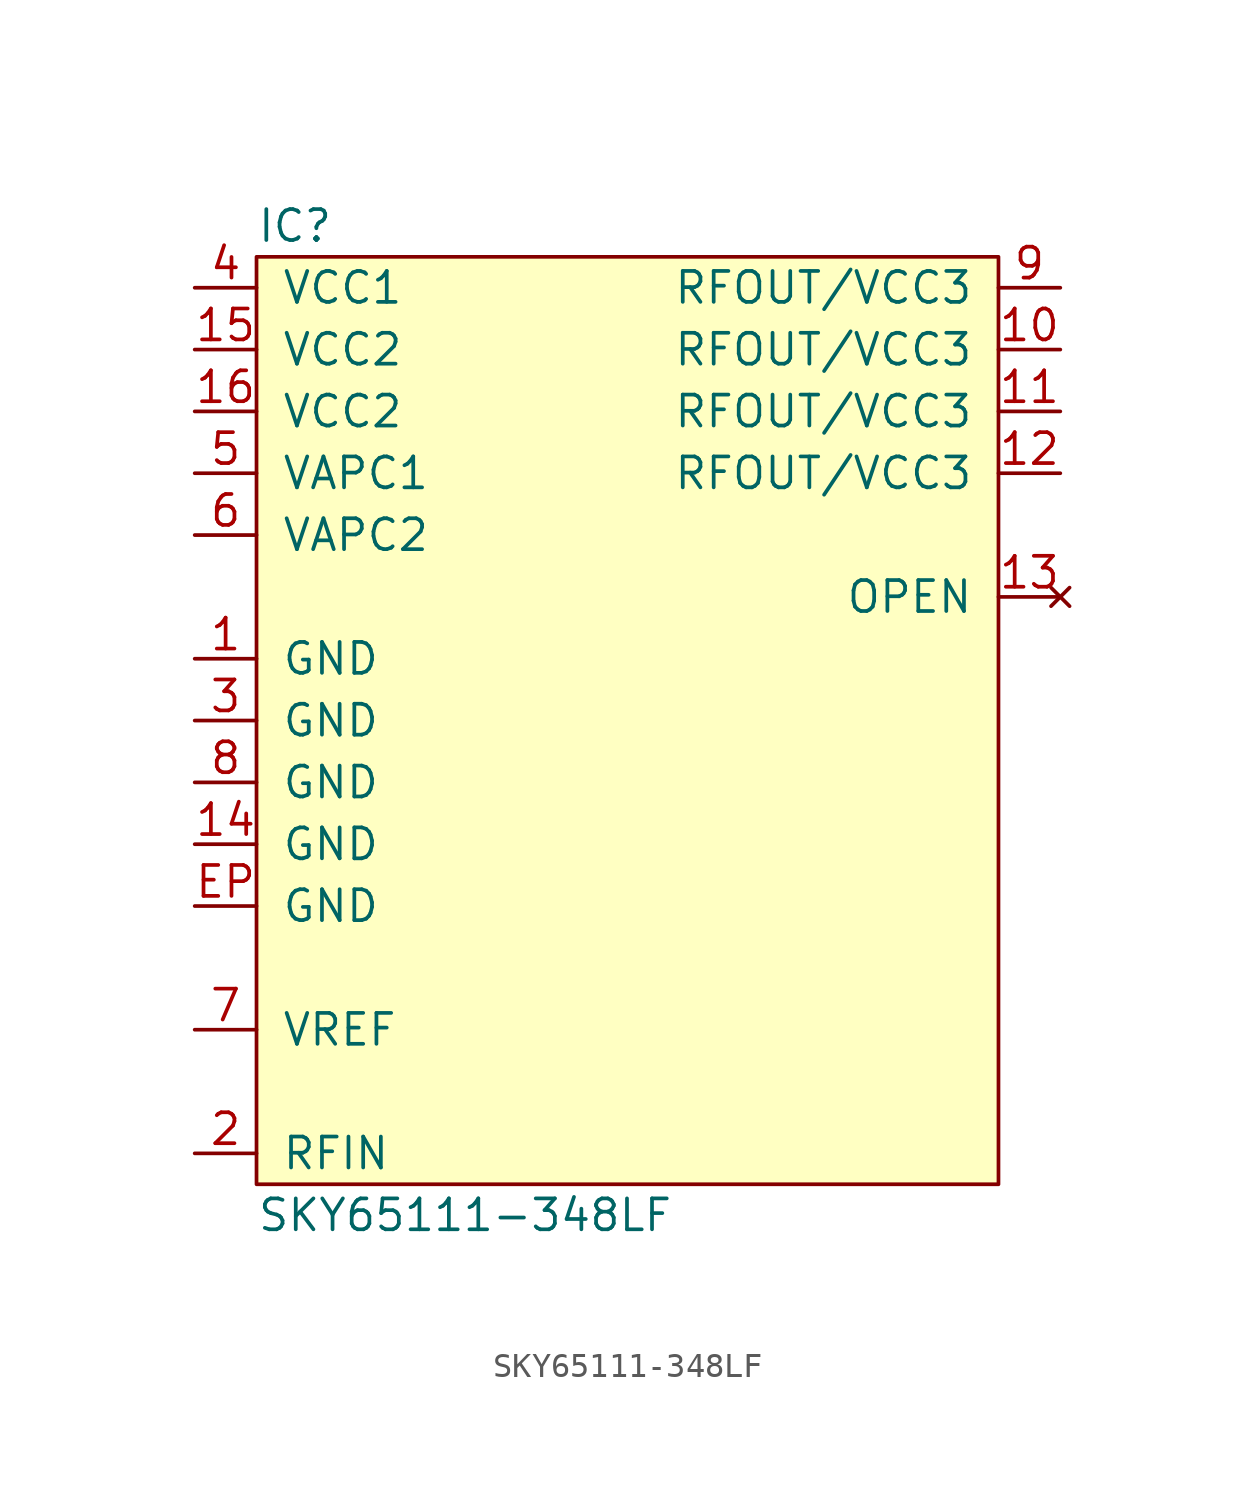
<source format=kicad_sym>
(kicad_symbol_lib
  (version 20211014)
  (generator agg_kicad.build_lib_ic)
  (symbol "SKY65111-348LF"
    (pin_names
      (offset 1.016))
    (property Reference IC
      (at -15.24 20.32 0)
      (effects (font (size 1.27 1.27)) (justify left)))
    (property Value "SKY65111-348LF"
      (at -15.24 -20.32 0)
      (effects (font (size 1.27 1.27)) (justify left)))
    (symbol "SKY65111-348LF_0_0"
      (rectangle (start -15.24 19.05) (end 15.24 -19.05) (stroke (width 0) (type default) (color 0 0 0 0)) (fill (type background)))
      (pin power_in line (at -17.78 17.78 0) (length 2.54) (name "VCC1" (effects (font (size 1.27 1.27)))) (number "4" (effects (font (size 1.27 1.27)))))
      (pin power_in line (at -17.78 15.24 0) (length 2.54) (name "VCC2" (effects (font (size 1.27 1.27)))) (number "15" (effects (font (size 1.27 1.27)))))
      (pin power_in line (at -17.78 12.7 0) (length 2.54) (name "VCC2" (effects (font (size 1.27 1.27)))) (number "16" (effects (font (size 1.27 1.27)))))
      (pin power_in line (at -17.78 10.16 0) (length 2.54) (name "VAPC1" (effects (font (size 1.27 1.27)))) (number "5" (effects (font (size 1.27 1.27)))))
      (pin power_in line (at -17.78 7.62 0) (length 2.54) (name "VAPC2" (effects (font (size 1.27 1.27)))) (number "6" (effects (font (size 1.27 1.27)))))
      (pin power_in line (at -17.78 2.54 0) (length 2.54) (name GND (effects (font (size 1.27 1.27)))) (number "1" (effects (font (size 1.27 1.27)))))
      (pin power_in line (at -17.78 0 0) (length 2.54) (name GND (effects (font (size 1.27 1.27)))) (number "3" (effects (font (size 1.27 1.27)))))
      (pin power_in line (at -17.78 -2.54 0) (length 2.54) (name GND (effects (font (size 1.27 1.27)))) (number "8" (effects (font (size 1.27 1.27)))))
      (pin power_in line (at -17.78 -5.08 0) (length 2.54) (name GND (effects (font (size 1.27 1.27)))) (number "14" (effects (font (size 1.27 1.27)))))
      (pin power_in line (at -17.78 -7.62 0) (length 2.54) (name GND (effects (font (size 1.27 1.27)))) (number EP (effects (font (size 1.27 1.27)))))
      (pin input line (at -17.78 -12.7 0) (length 2.54) (name VREF (effects (font (size 1.27 1.27)))) (number "7" (effects (font (size 1.27 1.27)))))
      (pin input line (at -17.78 -17.78 0) (length 2.54) (name RFIN (effects (font (size 1.27 1.27)))) (number "2" (effects (font (size 1.27 1.27)))))
      (pin output line (at 17.78 17.78 180) (length 2.54) (name "RFOUT/VCC3" (effects (font (size 1.27 1.27)))) (number "9" (effects (font (size 1.27 1.27)))))
      (pin output line (at 17.78 15.24 180) (length 2.54) (name "RFOUT/VCC3" (effects (font (size 1.27 1.27)))) (number "10" (effects (font (size 1.27 1.27)))))
      (pin output line (at 17.78 12.7 180) (length 2.54) (name "RFOUT/VCC3" (effects (font (size 1.27 1.27)))) (number "11" (effects (font (size 1.27 1.27)))))
      (pin output line (at 17.78 10.16 180) (length 2.54) (name "RFOUT/VCC3" (effects (font (size 1.27 1.27)))) (number "12" (effects (font (size 1.27 1.27)))))
      (pin no_connect line (at 17.78 5.08 180) (length 2.54) (name OPEN (effects (font (size 1.27 1.27)))) (number "13" (effects (font (size 1.27 1.27))))))))
</source>
